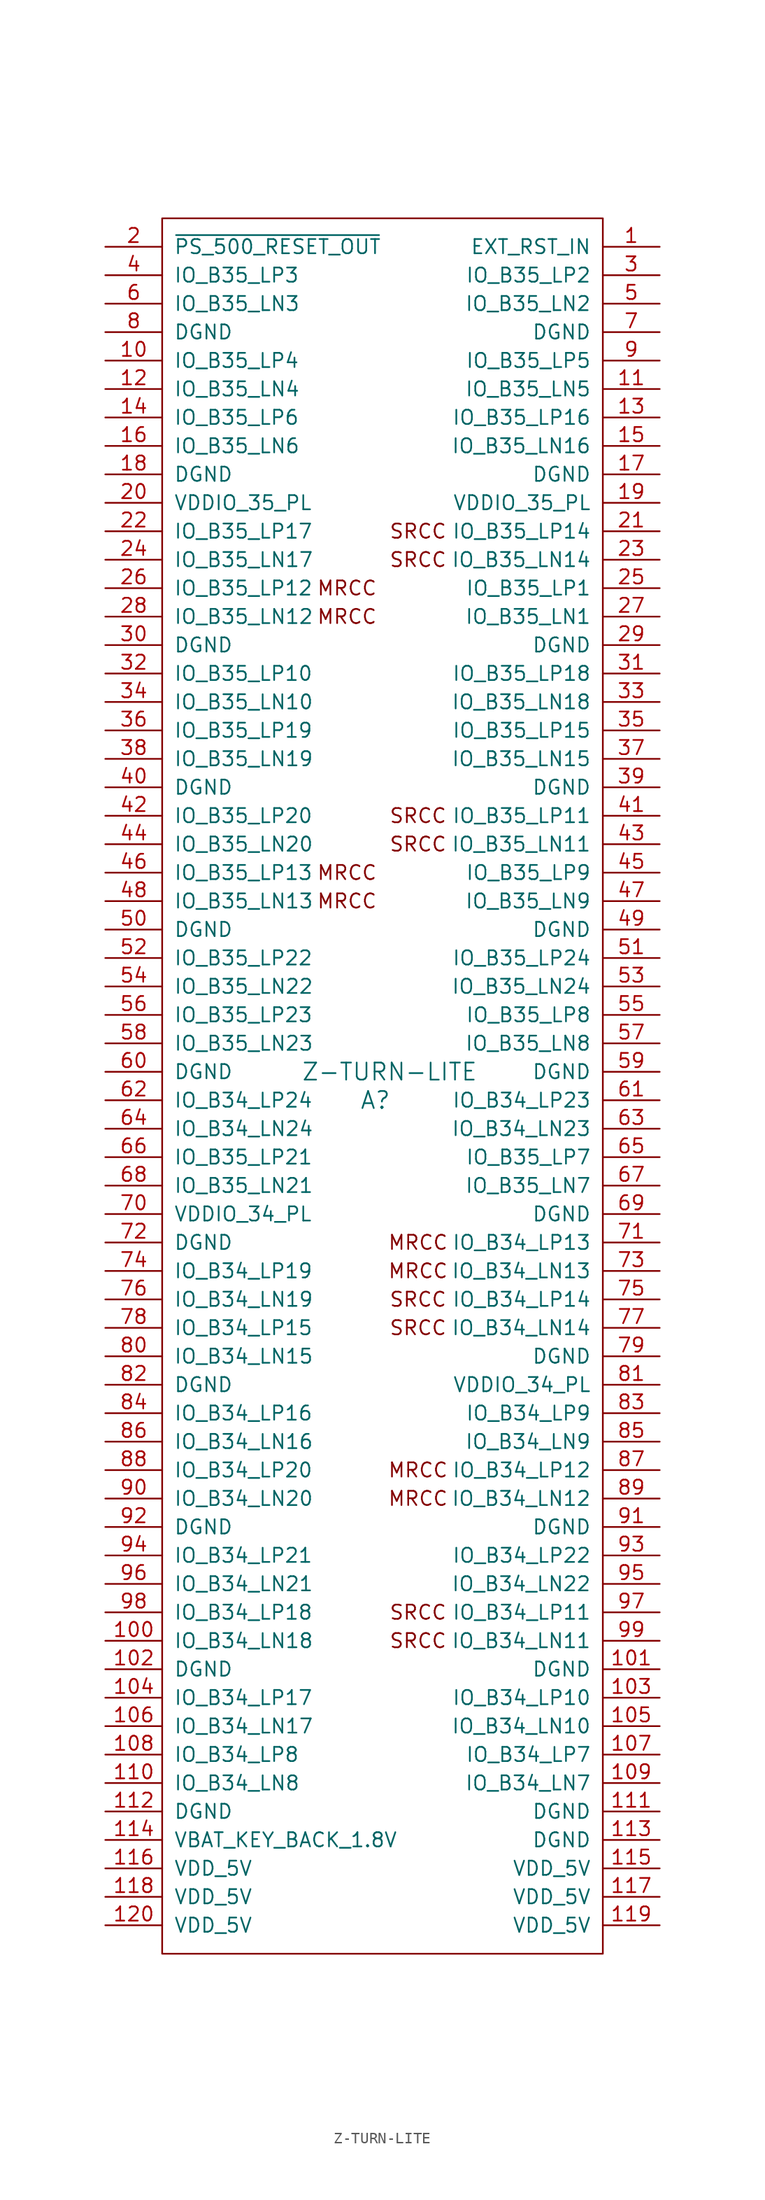
<source format=kicad_sym>
(kicad_symbol_lib
  (version 20201005)
  (generator kicad_symbol_editor)
  (symbol "z-turn-lite:Z-TURN-LITE"
    (pin_names
      (offset 1.016))
    (property "Reference" "A"
      (at 1.27 -2.54 0)
      (effects (font (size 1.524 1.524))))
    (property "Value" "Z-TURN-LITE"
      (at 2.54 0 0)
      (effects (font (size 1.524 1.524))))
    (symbol "Z-TURN-LITE_0_0"
      (text "SRCC" (at 5.08 -50.8 0) (effects (font (size 1.27 1.27))))
      (text "SRCC" (at 5.08 -48.26 0) (effects (font (size 1.27 1.27))))
      (text "SRCC" (at 5.08 -22.86 0) (effects (font (size 1.27 1.27))))
      (text "SRCC" (at 5.08 -20.32 0) (effects (font (size 1.27 1.27))))
      (text "MRCC" (at 5.08 -35.56 0) (effects (font (size 1.27 1.27))))
      (text "MRCC" (at 5.08 -38.1 0) (effects (font (size 1.27 1.27))))
      (text "MRCC" (at 5.08 -15.24 0) (effects (font (size 1.27 1.27))))
      (text "MRCC" (at 5.08 -17.78 0) (effects (font (size 1.27 1.27))))
      (text "SRCC" (at 5.08 45.72 0) (effects (font (size 1.27 1.27))))
      (text "SRCC" (at 5.08 48.26 0) (effects (font (size 1.27 1.27))))
      (text "SRCC" (at 5.08 20.32 0) (effects (font (size 1.27 1.27))))
      (text "SRCC" (at 5.08 22.86 0) (effects (font (size 1.27 1.27))))
      (text "MRCC" (at -1.27 43.18 0) (effects (font (size 1.27 1.27))))
      (text "MRCC" (at -1.27 40.64 0) (effects (font (size 1.27 1.27))))
      (text "MRCC" (at -1.27 17.78 0) (effects (font (size 1.27 1.27))))
      (text "MRCC" (at -1.27 15.24 0) (effects (font (size 1.27 1.27)))))
    (symbol "Z-TURN-LITE_0_1"
      (rectangle (start -17.78 76.2) (end 21.59 -78.74) (stroke (width 0)) (fill (type none))))
    (symbol "Z-TURN-LITE_1_1"
      (pin input line (at 26.67 73.66 180) (length 5.08) (name "EXT_RST_IN" (effects (font (size 1.27 1.27)))) (number "1" (effects (font (size 1.27 1.27)))))
      (pin bidirectional line (at -22.86 63.5 0) (length 5.08) (name "IO_B35_LP4" (effects (font (size 1.27 1.27)))) (number "10" (effects (font (size 1.27 1.27)))))
      (pin bidirectional line (at -22.86 -50.8 0) (length 5.08) (name "IO_B34_LN18" (effects (font (size 1.27 1.27)))) (number "100" (effects (font (size 1.27 1.27)))))
      (pin power_out line (at 26.67 -53.34 180) (length 5.08) (name "DGND" (effects (font (size 1.27 1.27)))) (number "101" (effects (font (size 1.27 1.27)))))
      (pin power_out line (at -22.86 -53.34 0) (length 5.08) (name "DGND" (effects (font (size 1.27 1.27)))) (number "102" (effects (font (size 1.27 1.27)))))
      (pin bidirectional line (at 26.67 -55.88 180) (length 5.08) (name "IO_B34_LP10" (effects (font (size 1.27 1.27)))) (number "103" (effects (font (size 1.27 1.27)))))
      (pin bidirectional line (at -22.86 -55.88 0) (length 5.08) (name "IO_B34_LP17" (effects (font (size 1.27 1.27)))) (number "104" (effects (font (size 1.27 1.27)))))
      (pin bidirectional line (at 26.67 -58.42 180) (length 5.08) (name "IO_B34_LN10" (effects (font (size 1.27 1.27)))) (number "105" (effects (font (size 1.27 1.27)))))
      (pin bidirectional line (at -22.86 -58.42 0) (length 5.08) (name "IO_B34_LN17" (effects (font (size 1.27 1.27)))) (number "106" (effects (font (size 1.27 1.27)))))
      (pin bidirectional line (at 26.67 -60.96 180) (length 5.08) (name "IO_B34_LP7" (effects (font (size 1.27 1.27)))) (number "107" (effects (font (size 1.27 1.27)))))
      (pin bidirectional line (at -22.86 -60.96 0) (length 5.08) (name "IO_B34_LP8" (effects (font (size 1.27 1.27)))) (number "108" (effects (font (size 1.27 1.27)))))
      (pin bidirectional line (at 26.67 -63.5 180) (length 5.08) (name "IO_B34_LN7" (effects (font (size 1.27 1.27)))) (number "109" (effects (font (size 1.27 1.27)))))
      (pin bidirectional line (at 26.67 60.96 180) (length 5.08) (name "IO_B35_LN5" (effects (font (size 1.27 1.27)))) (number "11" (effects (font (size 1.27 1.27)))))
      (pin bidirectional line (at -22.86 -63.5 0) (length 5.08) (name "IO_B34_LN8" (effects (font (size 1.27 1.27)))) (number "110" (effects (font (size 1.27 1.27)))))
      (pin power_out line (at 26.67 -66.04 180) (length 5.08) (name "DGND" (effects (font (size 1.27 1.27)))) (number "111" (effects (font (size 1.27 1.27)))))
      (pin power_out line (at -22.86 -66.04 0) (length 5.08) (name "DGND" (effects (font (size 1.27 1.27)))) (number "112" (effects (font (size 1.27 1.27)))))
      (pin power_out line (at 26.67 -68.58 180) (length 5.08) (name "DGND" (effects (font (size 1.27 1.27)))) (number "113" (effects (font (size 1.27 1.27)))))
      (pin bidirectional line (at -22.86 -68.58 0) (length 5.08) (name "VBAT_KEY_BACK_1.8V" (effects (font (size 1.27 1.27)))) (number "114" (effects (font (size 1.27 1.27)))))
      (pin power_out line (at 26.67 -71.12 180) (length 5.08) (name "VDD_5V" (effects (font (size 1.27 1.27)))) (number "115" (effects (font (size 1.27 1.27)))))
      (pin power_out line (at -22.86 -71.12 0) (length 5.08) (name "VDD_5V" (effects (font (size 1.27 1.27)))) (number "116" (effects (font (size 1.27 1.27)))))
      (pin power_out line (at 26.67 -73.66 180) (length 5.08) (name "VDD_5V" (effects (font (size 1.27 1.27)))) (number "117" (effects (font (size 1.27 1.27)))))
      (pin power_out line (at -22.86 -73.66 0) (length 5.08) (name "VDD_5V" (effects (font (size 1.27 1.27)))) (number "118" (effects (font (size 1.27 1.27)))))
      (pin power_out line (at 26.67 -76.2 180) (length 5.08) (name "VDD_5V" (effects (font (size 1.27 1.27)))) (number "119" (effects (font (size 1.27 1.27)))))
      (pin bidirectional line (at -22.86 60.96 0) (length 5.08) (name "IO_B35_LN4" (effects (font (size 1.27 1.27)))) (number "12" (effects (font (size 1.27 1.27)))))
      (pin power_out line (at -22.86 -76.2 0) (length 5.08) (name "VDD_5V" (effects (font (size 1.27 1.27)))) (number "120" (effects (font (size 1.27 1.27)))))
      (pin bidirectional line (at 26.67 58.42 180) (length 5.08) (name "IO_B35_LP16" (effects (font (size 1.27 1.27)))) (number "13" (effects (font (size 1.27 1.27)))))
      (pin bidirectional line (at -22.86 58.42 0) (length 5.08) (name "IO_B35_LP6" (effects (font (size 1.27 1.27)))) (number "14" (effects (font (size 1.27 1.27)))))
      (pin bidirectional line (at 26.67 55.88 180) (length 5.08) (name "IO_B35_LN16" (effects (font (size 1.27 1.27)))) (number "15" (effects (font (size 1.27 1.27)))))
      (pin bidirectional line (at -22.86 55.88 0) (length 5.08) (name "IO_B35_LN6" (effects (font (size 1.27 1.27)))) (number "16" (effects (font (size 1.27 1.27)))))
      (pin power_out line (at 26.67 53.34 180) (length 5.08) (name "DGND" (effects (font (size 1.27 1.27)))) (number "17" (effects (font (size 1.27 1.27)))))
      (pin power_out line (at -22.86 53.34 0) (length 5.08) (name "DGND" (effects (font (size 1.27 1.27)))) (number "18" (effects (font (size 1.27 1.27)))))
      (pin power_out line (at 26.67 50.8 180) (length 5.08) (name "VDDIO_35_PL" (effects (font (size 1.27 1.27)))) (number "19" (effects (font (size 1.27 1.27)))))
      (pin bidirectional line (at -22.86 73.66 0) (length 5.08) (name "~PS_500_RESET_OUT" (effects (font (size 1.27 1.27)))) (number "2" (effects (font (size 1.27 1.27)))))
      (pin power_out line (at -22.86 50.8 0) (length 5.08) (name "VDDIO_35_PL" (effects (font (size 1.27 1.27)))) (number "20" (effects (font (size 1.27 1.27)))))
      (pin bidirectional line (at 26.67 48.26 180) (length 5.08) (name "IO_B35_LP14" (effects (font (size 1.27 1.27)))) (number "21" (effects (font (size 1.27 1.27)))))
      (pin bidirectional line (at -22.86 48.26 0) (length 5.08) (name "IO_B35_LP17" (effects (font (size 1.27 1.27)))) (number "22" (effects (font (size 1.27 1.27)))))
      (pin bidirectional line (at 26.67 45.72 180) (length 5.08) (name "IO_B35_LN14" (effects (font (size 1.27 1.27)))) (number "23" (effects (font (size 1.27 1.27)))))
      (pin bidirectional line (at -22.86 45.72 0) (length 5.08) (name "IO_B35_LN17" (effects (font (size 1.27 1.27)))) (number "24" (effects (font (size 1.27 1.27)))))
      (pin bidirectional line (at 26.67 43.18 180) (length 5.08) (name "IO_B35_LP1" (effects (font (size 1.27 1.27)))) (number "25" (effects (font (size 1.27 1.27)))))
      (pin bidirectional line (at -22.86 43.18 0) (length 5.08) (name "IO_B35_LP12" (effects (font (size 1.27 1.27)))) (number "26" (effects (font (size 1.27 1.27)))))
      (pin bidirectional line (at 26.67 40.64 180) (length 5.08) (name "IO_B35_LN1" (effects (font (size 1.27 1.27)))) (number "27" (effects (font (size 1.27 1.27)))))
      (pin bidirectional line (at -22.86 40.64 0) (length 5.08) (name "IO_B35_LN12" (effects (font (size 1.27 1.27)))) (number "28" (effects (font (size 1.27 1.27)))))
      (pin power_out line (at 26.67 38.1 180) (length 5.08) (name "DGND" (effects (font (size 1.27 1.27)))) (number "29" (effects (font (size 1.27 1.27)))))
      (pin bidirectional line (at 26.67 71.12 180) (length 5.08) (name "IO_B35_LP2" (effects (font (size 1.27 1.27)))) (number "3" (effects (font (size 1.27 1.27)))))
      (pin power_out line (at -22.86 38.1 0) (length 5.08) (name "DGND" (effects (font (size 1.27 1.27)))) (number "30" (effects (font (size 1.27 1.27)))))
      (pin bidirectional line (at 26.67 35.56 180) (length 5.08) (name "IO_B35_LP18" (effects (font (size 1.27 1.27)))) (number "31" (effects (font (size 1.27 1.27)))))
      (pin bidirectional line (at -22.86 35.56 0) (length 5.08) (name "IO_B35_LP10" (effects (font (size 1.27 1.27)))) (number "32" (effects (font (size 1.27 1.27)))))
      (pin bidirectional line (at 26.67 33.02 180) (length 5.08) (name "IO_B35_LN18" (effects (font (size 1.27 1.27)))) (number "33" (effects (font (size 1.27 1.27)))))
      (pin bidirectional line (at -22.86 33.02 0) (length 5.08) (name "IO_B35_LN10" (effects (font (size 1.27 1.27)))) (number "34" (effects (font (size 1.27 1.27)))))
      (pin bidirectional line (at 26.67 30.48 180) (length 5.08) (name "IO_B35_LP15" (effects (font (size 1.27 1.27)))) (number "35" (effects (font (size 1.27 1.27)))))
      (pin bidirectional line (at -22.86 30.48 0) (length 5.08) (name "IO_B35_LP19" (effects (font (size 1.27 1.27)))) (number "36" (effects (font (size 1.27 1.27)))))
      (pin bidirectional line (at 26.67 27.94 180) (length 5.08) (name "IO_B35_LN15" (effects (font (size 1.27 1.27)))) (number "37" (effects (font (size 1.27 1.27)))))
      (pin bidirectional line (at -22.86 27.94 0) (length 5.08) (name "IO_B35_LN19" (effects (font (size 1.27 1.27)))) (number "38" (effects (font (size 1.27 1.27)))))
      (pin power_out line (at 26.67 25.4 180) (length 5.08) (name "DGND" (effects (font (size 1.27 1.27)))) (number "39" (effects (font (size 1.27 1.27)))))
      (pin bidirectional line (at -22.86 71.12 0) (length 5.08) (name "IO_B35_LP3" (effects (font (size 1.27 1.27)))) (number "4" (effects (font (size 1.27 1.27)))))
      (pin power_out line (at -22.86 25.4 0) (length 5.08) (name "DGND" (effects (font (size 1.27 1.27)))) (number "40" (effects (font (size 1.27 1.27)))))
      (pin bidirectional line (at 26.67 22.86 180) (length 5.08) (name "IO_B35_LP11" (effects (font (size 1.27 1.27)))) (number "41" (effects (font (size 1.27 1.27)))))
      (pin bidirectional line (at -22.86 22.86 0) (length 5.08) (name "IO_B35_LP20" (effects (font (size 1.27 1.27)))) (number "42" (effects (font (size 1.27 1.27)))))
      (pin bidirectional line (at 26.67 20.32 180) (length 5.08) (name "IO_B35_LN11" (effects (font (size 1.27 1.27)))) (number "43" (effects (font (size 1.27 1.27)))))
      (pin bidirectional line (at -22.86 20.32 0) (length 5.08) (name "IO_B35_LN20" (effects (font (size 1.27 1.27)))) (number "44" (effects (font (size 1.27 1.27)))))
      (pin bidirectional line (at 26.67 17.78 180) (length 5.08) (name "IO_B35_LP9" (effects (font (size 1.27 1.27)))) (number "45" (effects (font (size 1.27 1.27)))))
      (pin bidirectional line (at -22.86 17.78 0) (length 5.08) (name "IO_B35_LP13" (effects (font (size 1.27 1.27)))) (number "46" (effects (font (size 1.27 1.27)))))
      (pin bidirectional line (at 26.67 15.24 180) (length 5.08) (name "IO_B35_LN9" (effects (font (size 1.27 1.27)))) (number "47" (effects (font (size 1.27 1.27)))))
      (pin bidirectional line (at -22.86 15.24 0) (length 5.08) (name "IO_B35_LN13" (effects (font (size 1.27 1.27)))) (number "48" (effects (font (size 1.27 1.27)))))
      (pin power_out line (at 26.67 12.7 180) (length 5.08) (name "DGND" (effects (font (size 1.27 1.27)))) (number "49" (effects (font (size 1.27 1.27)))))
      (pin bidirectional line (at 26.67 68.58 180) (length 5.08) (name "IO_B35_LN2" (effects (font (size 1.27 1.27)))) (number "5" (effects (font (size 1.27 1.27)))))
      (pin power_out line (at -22.86 12.7 0) (length 5.08) (name "DGND" (effects (font (size 1.27 1.27)))) (number "50" (effects (font (size 1.27 1.27)))))
      (pin bidirectional line (at 26.67 10.16 180) (length 5.08) (name "IO_B35_LP24" (effects (font (size 1.27 1.27)))) (number "51" (effects (font (size 1.27 1.27)))))
      (pin bidirectional line (at -22.86 10.16 0) (length 5.08) (name "IO_B35_LP22" (effects (font (size 1.27 1.27)))) (number "52" (effects (font (size 1.27 1.27)))))
      (pin bidirectional line (at 26.67 7.62 180) (length 5.08) (name "IO_B35_LN24" (effects (font (size 1.27 1.27)))) (number "53" (effects (font (size 1.27 1.27)))))
      (pin bidirectional line (at -22.86 7.62 0) (length 5.08) (name "IO_B35_LN22" (effects (font (size 1.27 1.27)))) (number "54" (effects (font (size 1.27 1.27)))))
      (pin bidirectional line (at 26.67 5.08 180) (length 5.08) (name "IO_B35_LP8" (effects (font (size 1.27 1.27)))) (number "55" (effects (font (size 1.27 1.27)))))
      (pin bidirectional line (at -22.86 5.08 0) (length 5.08) (name "IO_B35_LP23" (effects (font (size 1.27 1.27)))) (number "56" (effects (font (size 1.27 1.27)))))
      (pin bidirectional line (at 26.67 2.54 180) (length 5.08) (name "IO_B35_LN8" (effects (font (size 1.27 1.27)))) (number "57" (effects (font (size 1.27 1.27)))))
      (pin bidirectional line (at -22.86 2.54 0) (length 5.08) (name "IO_B35_LN23" (effects (font (size 1.27 1.27)))) (number "58" (effects (font (size 1.27 1.27)))))
      (pin power_out line (at 26.67 0 180) (length 5.08) (name "DGND" (effects (font (size 1.27 1.27)))) (number "59" (effects (font (size 1.27 1.27)))))
      (pin bidirectional line (at -22.86 68.58 0) (length 5.08) (name "IO_B35_LN3" (effects (font (size 1.27 1.27)))) (number "6" (effects (font (size 1.27 1.27)))))
      (pin power_out line (at -22.86 0 0) (length 5.08) (name "DGND" (effects (font (size 1.27 1.27)))) (number "60" (effects (font (size 1.27 1.27)))))
      (pin bidirectional line (at 26.67 -2.54 180) (length 5.08) (name "IO_B34_LP23" (effects (font (size 1.27 1.27)))) (number "61" (effects (font (size 1.27 1.27)))))
      (pin bidirectional line (at -22.86 -2.54 0) (length 5.08) (name "IO_B34_LP24" (effects (font (size 1.27 1.27)))) (number "62" (effects (font (size 1.27 1.27)))))
      (pin bidirectional line (at 26.67 -5.08 180) (length 5.08) (name "IO_B34_LN23" (effects (font (size 1.27 1.27)))) (number "63" (effects (font (size 1.27 1.27)))))
      (pin bidirectional line (at -22.86 -5.08 0) (length 5.08) (name "IO_B34_LN24" (effects (font (size 1.27 1.27)))) (number "64" (effects (font (size 1.27 1.27)))))
      (pin bidirectional line (at 26.67 -7.62 180) (length 5.08) (name "IO_B35_LP7" (effects (font (size 1.27 1.27)))) (number "65" (effects (font (size 1.27 1.27)))))
      (pin bidirectional line (at -22.86 -7.62 0) (length 5.08) (name "IO_B35_LP21" (effects (font (size 1.27 1.27)))) (number "66" (effects (font (size 1.27 1.27)))))
      (pin bidirectional line (at 26.67 -10.16 180) (length 5.08) (name "IO_B35_LN7" (effects (font (size 1.27 1.27)))) (number "67" (effects (font (size 1.27 1.27)))))
      (pin bidirectional line (at -22.86 -10.16 0) (length 5.08) (name "IO_B35_LN21" (effects (font (size 1.27 1.27)))) (number "68" (effects (font (size 1.27 1.27)))))
      (pin power_out line (at 26.67 -12.7 180) (length 5.08) (name "DGND" (effects (font (size 1.27 1.27)))) (number "69" (effects (font (size 1.27 1.27)))))
      (pin power_out line (at 26.67 66.04 180) (length 5.08) (name "DGND" (effects (font (size 1.27 1.27)))) (number "7" (effects (font (size 1.27 1.27)))))
      (pin power_out line (at -22.86 -12.7 0) (length 5.08) (name "VDDIO_34_PL" (effects (font (size 1.27 1.27)))) (number "70" (effects (font (size 1.27 1.27)))))
      (pin bidirectional line (at 26.67 -15.24 180) (length 5.08) (name "IO_B34_LP13" (effects (font (size 1.27 1.27)))) (number "71" (effects (font (size 1.27 1.27)))))
      (pin power_out line (at -22.86 -15.24 0) (length 5.08) (name "DGND" (effects (font (size 1.27 1.27)))) (number "72" (effects (font (size 1.27 1.27)))))
      (pin bidirectional line (at 26.67 -17.78 180) (length 5.08) (name "IO_B34_LN13" (effects (font (size 1.27 1.27)))) (number "73" (effects (font (size 1.27 1.27)))))
      (pin bidirectional line (at -22.86 -17.78 0) (length 5.08) (name "IO_B34_LP19" (effects (font (size 1.27 1.27)))) (number "74" (effects (font (size 1.27 1.27)))))
      (pin bidirectional line (at 26.67 -20.32 180) (length 5.08) (name "IO_B34_LP14" (effects (font (size 1.27 1.27)))) (number "75" (effects (font (size 1.27 1.27)))))
      (pin bidirectional line (at -22.86 -20.32 0) (length 5.08) (name "IO_B34_LN19" (effects (font (size 1.27 1.27)))) (number "76" (effects (font (size 1.27 1.27)))))
      (pin bidirectional line (at 26.67 -22.86 180) (length 5.08) (name "IO_B34_LN14" (effects (font (size 1.27 1.27)))) (number "77" (effects (font (size 1.27 1.27)))))
      (pin bidirectional line (at -22.86 -22.86 0) (length 5.08) (name "IO_B34_LP15" (effects (font (size 1.27 1.27)))) (number "78" (effects (font (size 1.27 1.27)))))
      (pin power_out line (at 26.67 -25.4 180) (length 5.08) (name "DGND" (effects (font (size 1.27 1.27)))) (number "79" (effects (font (size 1.27 1.27)))))
      (pin power_out line (at -22.86 66.04 0) (length 5.08) (name "DGND" (effects (font (size 1.27 1.27)))) (number "8" (effects (font (size 1.27 1.27)))))
      (pin bidirectional line (at -22.86 -25.4 0) (length 5.08) (name "IO_B34_LN15" (effects (font (size 1.27 1.27)))) (number "80" (effects (font (size 1.27 1.27)))))
      (pin power_out line (at 26.67 -27.94 180) (length 5.08) (name "VDDIO_34_PL" (effects (font (size 1.27 1.27)))) (number "81" (effects (font (size 1.27 1.27)))))
      (pin power_out line (at -22.86 -27.94 0) (length 5.08) (name "DGND" (effects (font (size 1.27 1.27)))) (number "82" (effects (font (size 1.27 1.27)))))
      (pin bidirectional line (at 26.67 -30.48 180) (length 5.08) (name "IO_B34_LP9" (effects (font (size 1.27 1.27)))) (number "83" (effects (font (size 1.27 1.27)))))
      (pin bidirectional line (at -22.86 -30.48 0) (length 5.08) (name "IO_B34_LP16" (effects (font (size 1.27 1.27)))) (number "84" (effects (font (size 1.27 1.27)))))
      (pin bidirectional line (at 26.67 -33.02 180) (length 5.08) (name "IO_B34_LN9" (effects (font (size 1.27 1.27)))) (number "85" (effects (font (size 1.27 1.27)))))
      (pin bidirectional line (at -22.86 -33.02 0) (length 5.08) (name "IO_B34_LN16" (effects (font (size 1.27 1.27)))) (number "86" (effects (font (size 1.27 1.27)))))
      (pin bidirectional line (at 26.67 -35.56 180) (length 5.08) (name "IO_B34_LP12" (effects (font (size 1.27 1.27)))) (number "87" (effects (font (size 1.27 1.27)))))
      (pin bidirectional line (at -22.86 -35.56 0) (length 5.08) (name "IO_B34_LP20" (effects (font (size 1.27 1.27)))) (number "88" (effects (font (size 1.27 1.27)))))
      (pin bidirectional line (at 26.67 -38.1 180) (length 5.08) (name "IO_B34_LN12" (effects (font (size 1.27 1.27)))) (number "89" (effects (font (size 1.27 1.27)))))
      (pin bidirectional line (at 26.67 63.5 180) (length 5.08) (name "IO_B35_LP5" (effects (font (size 1.27 1.27)))) (number "9" (effects (font (size 1.27 1.27)))))
      (pin bidirectional line (at -22.86 -38.1 0) (length 5.08) (name "IO_B34_LN20" (effects (font (size 1.27 1.27)))) (number "90" (effects (font (size 1.27 1.27)))))
      (pin power_out line (at 26.67 -40.64 180) (length 5.08) (name "DGND" (effects (font (size 1.27 1.27)))) (number "91" (effects (font (size 1.27 1.27)))))
      (pin power_out line (at -22.86 -40.64 0) (length 5.08) (name "DGND" (effects (font (size 1.27 1.27)))) (number "92" (effects (font (size 1.27 1.27)))))
      (pin bidirectional line (at 26.67 -43.18 180) (length 5.08) (name "IO_B34_LP22" (effects (font (size 1.27 1.27)))) (number "93" (effects (font (size 1.27 1.27)))))
      (pin bidirectional line (at -22.86 -43.18 0) (length 5.08) (name "IO_B34_LP21" (effects (font (size 1.27 1.27)))) (number "94" (effects (font (size 1.27 1.27)))))
      (pin bidirectional line (at 26.67 -45.72 180) (length 5.08) (name "IO_B34_LN22" (effects (font (size 1.27 1.27)))) (number "95" (effects (font (size 1.27 1.27)))))
      (pin bidirectional line (at -22.86 -45.72 0) (length 5.08) (name "IO_B34_LN21" (effects (font (size 1.27 1.27)))) (number "96" (effects (font (size 1.27 1.27)))))
      (pin bidirectional line (at 26.67 -48.26 180) (length 5.08) (name "IO_B34_LP11" (effects (font (size 1.27 1.27)))) (number "97" (effects (font (size 1.27 1.27)))))
      (pin bidirectional line (at -22.86 -48.26 0) (length 5.08) (name "IO_B34_LP18" (effects (font (size 1.27 1.27)))) (number "98" (effects (font (size 1.27 1.27)))))
      (pin bidirectional line (at 26.67 -50.8 180) (length 5.08) (name "IO_B34_LN11" (effects (font (size 1.27 1.27)))) (number "99" (effects (font (size 1.27 1.27))))))))
</source>
